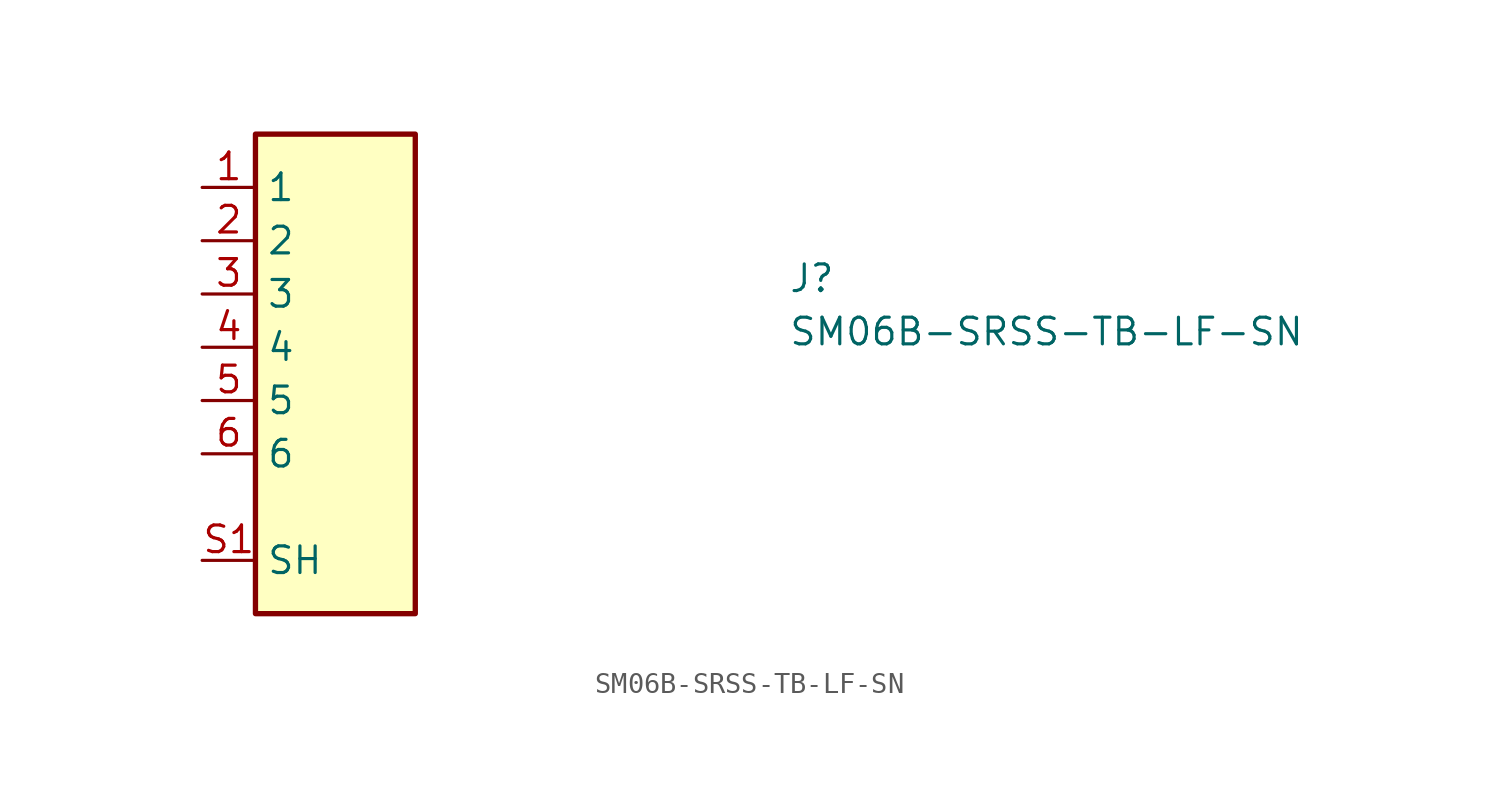
<source format=kicad_sym>
(kicad_symbol_lib
  (version 20211014)
  (generator kicad_symbol_editor)
  (symbol "SM06B-SRSS-TB-LF-SN"
    (property "Reference" "J"
      (at 27.94 -5.08 0)
      (effects (font (size 1.27 1.27) (thickness 0.15)) (justify left bottom)))
    (property "Value" "SM06B-SRSS-TB-LF-SN"
      (at 27.94 -7.62 0)
      (effects (font (size 1.27 1.27) (thickness 0.15)) (justify left bottom)))
    (symbol "SM06B-SRSS-TB-LF-SN_1_1"
      (rectangle (start 2.54 2.54) (end 10.16 -20.32) (stroke (width 0.254) (type default) (color 0 0 0 0)) (fill (type background)))
      (pin passive line (at 0 0 0) (length 2.54) (name "1" (effects (font (size 1.27 1.27)))) (number "1" (effects (font (size 1.27 1.27)))))
      (pin passive line (at 0 -2.54 0) (length 2.54) (name "2" (effects (font (size 1.27 1.27)))) (number "2" (effects (font (size 1.27 1.27)))))
      (pin passive line (at 0 -5.08 0) (length 2.54) (name "3" (effects (font (size 1.27 1.27)))) (number "3" (effects (font (size 1.27 1.27)))))
      (pin passive line (at 0 -7.62 0) (length 2.54) (name "4" (effects (font (size 1.27 1.27)))) (number "4" (effects (font (size 1.27 1.27)))))
      (pin passive line (at 0 -10.16 0) (length 2.54) (name "5" (effects (font (size 1.27 1.27)))) (number "5" (effects (font (size 1.27 1.27)))))
      (pin passive line (at 0 -12.7 0) (length 2.54) (name "6" (effects (font (size 1.27 1.27)))) (number "6" (effects (font (size 1.27 1.27)))))
      (pin passive line (at 0 -17.78 0) (length 2.54) (name "SH" (effects (font (size 1.27 1.27)))) (number "S1" (effects (font (size 1.27 1.27)))))
      (pin passive line (at 0 -17.78 0) (length 2.54) hide (name "SH" (effects (font (size 1.27 1.27)))) (number "S2" (effects (font (size 1.27 1.27))))))))
</source>
